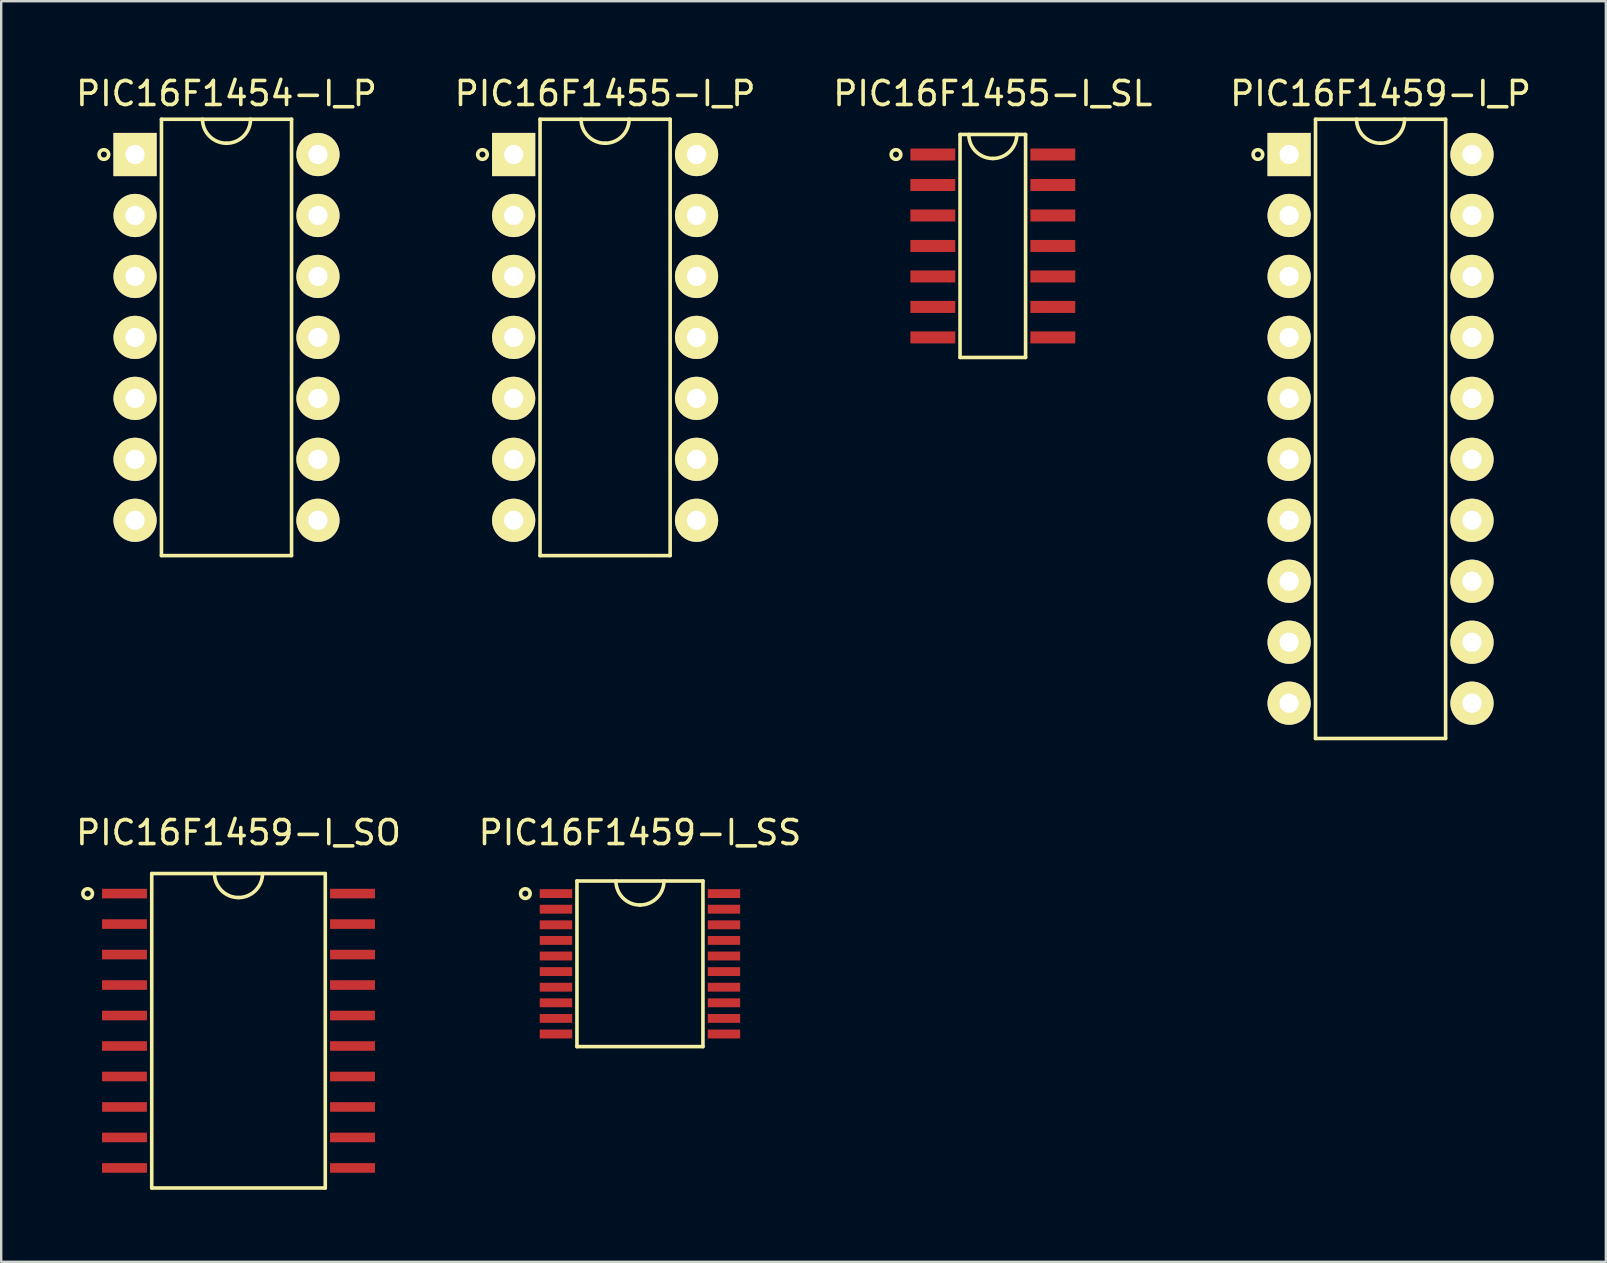
<source format=kicad_pcb>
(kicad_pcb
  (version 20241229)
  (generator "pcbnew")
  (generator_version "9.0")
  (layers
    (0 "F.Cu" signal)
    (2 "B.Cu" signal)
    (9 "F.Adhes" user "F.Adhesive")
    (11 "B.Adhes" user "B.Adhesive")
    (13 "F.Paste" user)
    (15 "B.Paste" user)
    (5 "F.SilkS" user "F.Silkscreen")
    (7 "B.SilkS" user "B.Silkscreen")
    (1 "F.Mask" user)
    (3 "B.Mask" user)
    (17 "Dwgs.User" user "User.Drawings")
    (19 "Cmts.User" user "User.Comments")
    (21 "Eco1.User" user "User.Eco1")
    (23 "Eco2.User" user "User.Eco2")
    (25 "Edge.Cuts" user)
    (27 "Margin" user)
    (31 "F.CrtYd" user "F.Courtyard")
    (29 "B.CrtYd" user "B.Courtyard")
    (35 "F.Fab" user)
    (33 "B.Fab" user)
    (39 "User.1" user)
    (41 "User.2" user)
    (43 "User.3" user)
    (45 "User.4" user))
  (footprint "PIC16F1459-I_SS"
    (layer "F.Cu")
    (at 20.113 34.181)
    (property "Reference" "PIC16F1459-I_SS" (at 3.5 -2.54 0) (layer "F.SilkS") (effects (font (size 1 1) (thickness 0.15))))
    (attr through_hole)
    (fp_line (start 0.875 -0.525) (end 6.125 -0.525) (stroke (width 0.15) (type solid)) (layer "F.SilkS"))
    (fp_line (start 0.875 6.375) (end 0.875 -0.525) (stroke (width 0.15) (type solid)) (layer "F.SilkS"))
    (fp_line (start 6.125 -0.525) (end 6.125 6.375) (stroke (width 0.15) (type solid)) (layer "F.SilkS"))
    (fp_line (start 6.125 6.375) (end 0.875 6.375) (stroke (width 0.15) (type solid)) (layer "F.SilkS"))
    (fp_arc (start 3.5 0.475) (mid 2.792893 0.182107) (end 2.5 -0.525) (stroke (width 0.15) (type solid)) (layer "F.SilkS"))
    (fp_arc (start 4.5 -0.525) (mid 4.207107 0.182107) (end 3.5 0.475) (stroke (width 0.15) (type solid)) (layer "F.SilkS"))
    (fp_circle (center -1.275 0) (end -1.275 0.2) (stroke (width 0.15) (type solid)) (fill no) (layer "F.SilkS"))
    (pad "1" smd rect (at 0 0) (size 1.35 0.37) (layers "F.Cu" "F.Mask" "F.Paste"))
    (pad "2" smd rect (at 0 0.65) (size 1.35 0.37) (layers "F.Cu" "F.Mask" "F.Paste"))
    (pad "3" smd rect (at 0 1.3) (size 1.35 0.37) (layers "F.Cu" "F.Mask" "F.Paste"))
    (pad "4" smd rect (at 0 1.95) (size 1.35 0.37) (layers "F.Cu" "F.Mask" "F.Paste"))
    (pad "5" smd rect (at 0 2.6) (size 1.35 0.37) (layers "F.Cu" "F.Mask" "F.Paste"))
    (pad "6" smd rect (at 0 3.25) (size 1.35 0.37) (layers "F.Cu" "F.Mask" "F.Paste"))
    (pad "7" smd rect (at 0 3.9) (size 1.35 0.37) (layers "F.Cu" "F.Mask" "F.Paste"))
    (pad "8" smd rect (at 0 4.55) (size 1.35 0.37) (layers "F.Cu" "F.Mask" "F.Paste"))
    (pad "9" smd rect (at 0 5.2) (size 1.35 0.37) (layers "F.Cu" "F.Mask" "F.Paste"))
    (pad "10" smd rect (at 0 5.85) (size 1.35 0.37) (layers "F.Cu" "F.Mask" "F.Paste"))
    (pad "11" smd rect (at 7 5.85) (size 1.35 0.37) (layers "F.Cu" "F.Mask" "F.Paste"))
    (pad "12" smd rect (at 7 5.2) (size 1.35 0.37) (layers "F.Cu" "F.Mask" "F.Paste"))
    (pad "13" smd rect (at 7 4.55) (size 1.35 0.37) (layers "F.Cu" "F.Mask" "F.Paste"))
    (pad "14" smd rect (at 7 3.9) (size 1.35 0.37) (layers "F.Cu" "F.Mask" "F.Paste"))
    (pad "15" smd rect (at 7 3.25) (size 1.35 0.37) (layers "F.Cu" "F.Mask" "F.Paste"))
    (pad "16" smd rect (at 7 2.6) (size 1.35 0.37) (layers "F.Cu" "F.Mask" "F.Paste"))
    (pad "17" smd rect (at 7 1.95) (size 1.35 0.37) (layers "F.Cu" "F.Mask" "F.Paste"))
    (pad "18" smd rect (at 7 1.3) (size 1.35 0.37) (layers "F.Cu" "F.Mask" "F.Paste"))
    (pad "19" smd rect (at 7 0.65) (size 1.35 0.37) (layers "F.Cu" "F.Mask" "F.Paste"))
    (pad "20" smd rect (at 7 0) (size 1.35 0.37) (layers "F.Cu" "F.Mask" "F.Paste")))
  (footprint "PIC16F1459-I_P"
    (layer "F.Cu")
    (at 50.66 3.388)
    (property "Reference" "PIC16F1459-I_P" (at 3.81 -2.54 0) (layer "F.SilkS") (effects (font (size 1 1) (thickness 0.15))))
    (attr through_hole)
    (fp_line (start 1.1 -1.47) (end 6.52 -1.47) (stroke (width 0.15) (type solid)) (layer "F.SilkS"))
    (fp_line (start 1.1 24.33) (end 1.1 -1.47) (stroke (width 0.15) (type solid)) (layer "F.SilkS"))
    (fp_line (start 6.52 -1.47) (end 6.52 24.33) (stroke (width 0.15) (type solid)) (layer "F.SilkS"))
    (fp_line (start 6.52 24.33) (end 1.1 24.33) (stroke (width 0.15) (type solid)) (layer "F.SilkS"))
    (fp_arc (start 3.81 -0.47) (mid 3.102893 -0.762893) (end 2.81 -1.47) (stroke (width 0.15) (type solid)) (layer "F.SilkS"))
    (fp_arc (start 4.81 -1.47) (mid 4.517107 -0.762893) (end 3.81 -0.47) (stroke (width 0.15) (type solid)) (layer "F.SilkS"))
    (fp_circle (center -1.3 0) (end -1.3 0.2) (stroke (width 0.15) (type solid)) (fill no) (layer "F.SilkS"))
    (pad "1" thru_hole rect (at 0 0) (size 1.8 1.8) (drill 0.8) (layers "*.Cu" "*.Mask" "F.SilkS"))
    (pad "2" thru_hole circle (at 0 2.54) (size 1.8 1.8) (drill 0.8) (layers "*.Cu" "*.Mask" "F.SilkS"))
    (pad "3" thru_hole circle (at 0 5.08) (size 1.8 1.8) (drill 0.8) (layers "*.Cu" "*.Mask" "F.SilkS"))
    (pad "4" thru_hole circle (at 0 7.62) (size 1.8 1.8) (drill 0.8) (layers "*.Cu" "*.Mask" "F.SilkS"))
    (pad "5" thru_hole circle (at 0 10.16) (size 1.8 1.8) (drill 0.8) (layers "*.Cu" "*.Mask" "F.SilkS"))
    (pad "6" thru_hole circle (at 0 12.7) (size 1.8 1.8) (drill 0.8) (layers "*.Cu" "*.Mask" "F.SilkS"))
    (pad "7" thru_hole circle (at 0 15.24) (size 1.8 1.8) (drill 0.8) (layers "*.Cu" "*.Mask" "F.SilkS"))
    (pad "8" thru_hole circle (at 0 17.78) (size 1.8 1.8) (drill 0.8) (layers "*.Cu" "*.Mask" "F.SilkS"))
    (pad "9" thru_hole circle (at 0 20.32) (size 1.8 1.8) (drill 0.8) (layers "*.Cu" "*.Mask" "F.SilkS"))
    (pad "10" thru_hole circle (at 0 22.86) (size 1.8 1.8) (drill 0.8) (layers "*.Cu" "*.Mask" "F.SilkS"))
    (pad "11" thru_hole circle (at 7.62 22.86) (size 1.8 1.8) (drill 0.8) (layers "*.Cu" "*.Mask" "F.SilkS"))
    (pad "12" thru_hole circle (at 7.62 20.32) (size 1.8 1.8) (drill 0.8) (layers "*.Cu" "*.Mask" "F.SilkS"))
    (pad "13" thru_hole circle (at 7.62 17.78) (size 1.8 1.8) (drill 0.8) (layers "*.Cu" "*.Mask" "F.SilkS"))
    (pad "14" thru_hole circle (at 7.62 15.24) (size 1.8 1.8) (drill 0.8) (layers "*.Cu" "*.Mask" "F.SilkS"))
    (pad "15" thru_hole circle (at 7.62 12.7) (size 1.8 1.8) (drill 0.8) (layers "*.Cu" "*.Mask" "F.SilkS"))
    (pad "16" thru_hole circle (at 7.62 10.16) (size 1.8 1.8) (drill 0.8) (layers "*.Cu" "*.Mask" "F.SilkS"))
    (pad "17" thru_hole circle (at 7.62 7.62) (size 1.8 1.8) (drill 0.8) (layers "*.Cu" "*.Mask" "F.SilkS"))
    (pad "18" thru_hole circle (at 7.62 5.08) (size 1.8 1.8) (drill 0.8) (layers "*.Cu" "*.Mask" "F.SilkS"))
    (pad "19" thru_hole circle (at 7.62 2.54) (size 1.8 1.8) (drill 0.8) (layers "*.Cu" "*.Mask" "F.SilkS"))
    (pad "20" thru_hole circle (at 7.62 0) (size 1.8 1.8) (drill 0.8) (layers "*.Cu" "*.Mask" "F.SilkS")))
  (footprint "PIC16F1454-I_P"
    (layer "F.Cu")
    (at 2.577 3.388)
    (property "Reference" "PIC16F1454-I_P" (at 3.81 -2.54 0) (layer "F.SilkS") (effects (font (size 1 1) (thickness 0.15))))
    (attr through_hole)
    (fp_line (start 1.1 -1.47) (end 6.52 -1.47) (stroke (width 0.15) (type solid)) (layer "F.SilkS"))
    (fp_line (start 1.1 16.71) (end 1.1 -1.47) (stroke (width 0.15) (type solid)) (layer "F.SilkS"))
    (fp_line (start 6.52 -1.47) (end 6.52 16.71) (stroke (width 0.15) (type solid)) (layer "F.SilkS"))
    (fp_line (start 6.52 16.71) (end 1.1 16.71) (stroke (width 0.15) (type solid)) (layer "F.SilkS"))
    (fp_arc (start 3.81 -0.47) (mid 3.102893 -0.762893) (end 2.81 -1.47) (stroke (width 0.15) (type solid)) (layer "F.SilkS"))
    (fp_arc (start 4.81 -1.47) (mid 4.517107 -0.762893) (end 3.81 -0.47) (stroke (width 0.15) (type solid)) (layer "F.SilkS"))
    (fp_circle (center -1.3 0) (end -1.3 0.2) (stroke (width 0.15) (type solid)) (fill no) (layer "F.SilkS"))
    (pad "1" thru_hole rect (at 0 0) (size 1.8 1.8) (drill 0.8) (layers "*.Cu" "*.Mask" "F.SilkS"))
    (pad "2" thru_hole circle (at 0 2.54) (size 1.8 1.8) (drill 0.8) (layers "*.Cu" "*.Mask" "F.SilkS"))
    (pad "3" thru_hole circle (at 0 5.08) (size 1.8 1.8) (drill 0.8) (layers "*.Cu" "*.Mask" "F.SilkS"))
    (pad "4" thru_hole circle (at 0 7.62) (size 1.8 1.8) (drill 0.8) (layers "*.Cu" "*.Mask" "F.SilkS"))
    (pad "5" thru_hole circle (at 0 10.16) (size 1.8 1.8) (drill 0.8) (layers "*.Cu" "*.Mask" "F.SilkS"))
    (pad "6" thru_hole circle (at 0 12.7) (size 1.8 1.8) (drill 0.8) (layers "*.Cu" "*.Mask" "F.SilkS"))
    (pad "7" thru_hole circle (at 0 15.24) (size 1.8 1.8) (drill 0.8) (layers "*.Cu" "*.Mask" "F.SilkS"))
    (pad "8" thru_hole circle (at 7.62 15.24) (size 1.8 1.8) (drill 0.8) (layers "*.Cu" "*.Mask" "F.SilkS"))
    (pad "9" thru_hole circle (at 7.62 12.7) (size 1.8 1.8) (drill 0.8) (layers "*.Cu" "*.Mask" "F.SilkS"))
    (pad "10" thru_hole circle (at 7.62 10.16) (size 1.8 1.8) (drill 0.8) (layers "*.Cu" "*.Mask" "F.SilkS"))
    (pad "11" thru_hole circle (at 7.62 7.62) (size 1.8 1.8) (drill 0.8) (layers "*.Cu" "*.Mask" "F.SilkS"))
    (pad "12" thru_hole circle (at 7.62 5.08) (size 1.8 1.8) (drill 0.8) (layers "*.Cu" "*.Mask" "F.SilkS"))
    (pad "13" thru_hole circle (at 7.62 2.54) (size 1.8 1.8) (drill 0.8) (layers "*.Cu" "*.Mask" "F.SilkS"))
    (pad "14" thru_hole circle (at 7.62 0) (size 1.8 1.8) (drill 0.8) (layers "*.Cu" "*.Mask" "F.SilkS")))
  (footprint "PIC16F1455-I_SL"
    (layer "F.Cu")
    (at 35.815 3.388)
    (property "Reference" "PIC16F1455-I_SL" (at 2.5 -2.54 0) (layer "F.SilkS") (effects (font (size 1 1) (thickness 0.15))))
    (attr through_hole)
    (fp_line (start 1.135 -0.835) (end 3.865 -0.835) (stroke (width 0.15) (type solid)) (layer "F.SilkS"))
    (fp_line (start 1.135 8.455) (end 1.135 -0.835) (stroke (width 0.15) (type solid)) (layer "F.SilkS"))
    (fp_line (start 3.865 -0.835) (end 3.865 8.455) (stroke (width 0.15) (type solid)) (layer "F.SilkS"))
    (fp_line (start 3.865 8.455) (end 1.135 8.455) (stroke (width 0.15) (type solid)) (layer "F.SilkS"))
    (fp_arc (start 2.5 0.165) (mid 1.792893 -0.127893) (end 1.5 -0.835) (stroke (width 0.15) (type solid)) (layer "F.SilkS"))
    (fp_arc (start 3.5 -0.835) (mid 3.207107 -0.127893) (end 2.5 0.165) (stroke (width 0.15) (type solid)) (layer "F.SilkS"))
    (fp_circle (center -1.535 0) (end -1.535 0.2) (stroke (width 0.15) (type solid)) (fill no) (layer "F.SilkS"))
    (pad "1" smd rect (at 0 0) (size 1.87 0.5) (layers "F.Cu" "F.Mask" "F.Paste"))
    (pad "2" smd rect (at 0 1.27) (size 1.87 0.5) (layers "F.Cu" "F.Mask" "F.Paste"))
    (pad "3" smd rect (at 0 2.54) (size 1.87 0.5) (layers "F.Cu" "F.Mask" "F.Paste"))
    (pad "4" smd rect (at 0 3.81) (size 1.87 0.5) (layers "F.Cu" "F.Mask" "F.Paste"))
    (pad "5" smd rect (at 0 5.08) (size 1.87 0.5) (layers "F.Cu" "F.Mask" "F.Paste"))
    (pad "6" smd rect (at 0 6.35) (size 1.87 0.5) (layers "F.Cu" "F.Mask" "F.Paste"))
    (pad "7" smd rect (at 0 7.62) (size 1.87 0.5) (layers "F.Cu" "F.Mask" "F.Paste"))
    (pad "8" smd rect (at 5 7.62) (size 1.87 0.5) (layers "F.Cu" "F.Mask" "F.Paste"))
    (pad "9" smd rect (at 5 6.35) (size 1.87 0.5) (layers "F.Cu" "F.Mask" "F.Paste"))
    (pad "10" smd rect (at 5 5.08) (size 1.87 0.5) (layers "F.Cu" "F.Mask" "F.Paste"))
    (pad "11" smd rect (at 5 3.81) (size 1.87 0.5) (layers "F.Cu" "F.Mask" "F.Paste"))
    (pad "12" smd rect (at 5 2.54) (size 1.87 0.5) (layers "F.Cu" "F.Mask" "F.Paste"))
    (pad "13" smd rect (at 5 1.27) (size 1.87 0.5) (layers "F.Cu" "F.Mask" "F.Paste"))
    (pad "14" smd rect (at 5 0) (size 1.87 0.5) (layers "F.Cu" "F.Mask" "F.Paste")))
  (footprint "PIC16F1459-I_SO"
    (layer "F.Cu")
    (at 2.137 34.181)
    (property "Reference" "PIC16F1459-I_SO" (at 4.75 -2.54 0) (layer "F.SilkS") (effects (font (size 1 1) (thickness 0.15))))
    (attr through_hole)
    (fp_line (start 1.135 -0.835) (end 8.365 -0.835) (stroke (width 0.15) (type solid)) (layer "F.SilkS"))
    (fp_line (start 1.135 12.265) (end 1.135 -0.835) (stroke (width 0.15) (type solid)) (layer "F.SilkS"))
    (fp_line (start 8.365 -0.835) (end 8.365 12.265) (stroke (width 0.15) (type solid)) (layer "F.SilkS"))
    (fp_line (start 8.365 12.265) (end 1.135 12.265) (stroke (width 0.15) (type solid)) (layer "F.SilkS"))
    (fp_arc (start 4.75 0.165) (mid 4.042893 -0.127893) (end 3.75 -0.835) (stroke (width 0.15) (type solid)) (layer "F.SilkS"))
    (fp_arc (start 5.75 -0.835) (mid 5.457107 -0.127893) (end 4.75 0.165) (stroke (width 0.15) (type solid)) (layer "F.SilkS"))
    (fp_circle (center -1.535 0) (end -1.535 0.2) (stroke (width 0.15) (type solid)) (fill no) (layer "F.SilkS"))
    (pad "1" smd rect (at 0 0) (size 1.87 0.4) (layers "F.Cu" "F.Mask" "F.Paste"))
    (pad "2" smd rect (at 0 1.27) (size 1.87 0.4) (layers "F.Cu" "F.Mask" "F.Paste"))
    (pad "3" smd rect (at 0 2.54) (size 1.87 0.4) (layers "F.Cu" "F.Mask" "F.Paste"))
    (pad "4" smd rect (at 0 3.81) (size 1.87 0.4) (layers "F.Cu" "F.Mask" "F.Paste"))
    (pad "5" smd rect (at 0 5.08) (size 1.87 0.4) (layers "F.Cu" "F.Mask" "F.Paste"))
    (pad "6" smd rect (at 0 6.35) (size 1.87 0.4) (layers "F.Cu" "F.Mask" "F.Paste"))
    (pad "7" smd rect (at 0 7.62) (size 1.87 0.4) (layers "F.Cu" "F.Mask" "F.Paste"))
    (pad "8" smd rect (at 0 8.89) (size 1.87 0.4) (layers "F.Cu" "F.Mask" "F.Paste"))
    (pad "9" smd rect (at 0 10.16) (size 1.87 0.4) (layers "F.Cu" "F.Mask" "F.Paste"))
    (pad "10" smd rect (at 0 11.43) (size 1.87 0.4) (layers "F.Cu" "F.Mask" "F.Paste"))
    (pad "11" smd rect (at 9.5 11.43) (size 1.87 0.4) (layers "F.Cu" "F.Mask" "F.Paste"))
    (pad "12" smd rect (at 9.5 10.16) (size 1.87 0.4) (layers "F.Cu" "F.Mask" "F.Paste"))
    (pad "13" smd rect (at 9.5 8.89) (size 1.87 0.4) (layers "F.Cu" "F.Mask" "F.Paste"))
    (pad "14" smd rect (at 9.5 7.62) (size 1.87 0.4) (layers "F.Cu" "F.Mask" "F.Paste"))
    (pad "15" smd rect (at 9.5 6.35) (size 1.87 0.4) (layers "F.Cu" "F.Mask" "F.Paste"))
    (pad "16" smd rect (at 9.5 5.08) (size 1.87 0.4) (layers "F.Cu" "F.Mask" "F.Paste"))
    (pad "17" smd rect (at 9.5 3.81) (size 1.87 0.4) (layers "F.Cu" "F.Mask" "F.Paste"))
    (pad "18" smd rect (at 9.5 2.54) (size 1.87 0.4) (layers "F.Cu" "F.Mask" "F.Paste"))
    (pad "19" smd rect (at 9.5 1.27) (size 1.87 0.4) (layers "F.Cu" "F.Mask" "F.Paste"))
    (pad "20" smd rect (at 9.5 0) (size 1.87 0.4) (layers "F.Cu" "F.Mask" "F.Paste")))
  (footprint "PIC16F1455-I_P"
    (layer "F.Cu")
    (at 18.351 3.388)
    (property "Reference" "PIC16F1455-I_P" (at 3.81 -2.54 0) (layer "F.SilkS") (effects (font (size 1 1) (thickness 0.15))))
    (attr through_hole)
    (fp_line (start 1.1 -1.47) (end 6.52 -1.47) (stroke (width 0.15) (type solid)) (layer "F.SilkS"))
    (fp_line (start 1.1 16.71) (end 1.1 -1.47) (stroke (width 0.15) (type solid)) (layer "F.SilkS"))
    (fp_line (start 6.52 -1.47) (end 6.52 16.71) (stroke (width 0.15) (type solid)) (layer "F.SilkS"))
    (fp_line (start 6.52 16.71) (end 1.1 16.71) (stroke (width 0.15) (type solid)) (layer "F.SilkS"))
    (fp_arc (start 3.81 -0.47) (mid 3.102893 -0.762893) (end 2.81 -1.47) (stroke (width 0.15) (type solid)) (layer "F.SilkS"))
    (fp_arc (start 4.81 -1.47) (mid 4.517107 -0.762893) (end 3.81 -0.47) (stroke (width 0.15) (type solid)) (layer "F.SilkS"))
    (fp_circle (center -1.3 0) (end -1.3 0.2) (stroke (width 0.15) (type solid)) (fill no) (layer "F.SilkS"))
    (pad "1" thru_hole rect (at 0 0) (size 1.8 1.8) (drill 0.8) (layers "*.Cu" "*.Mask" "F.SilkS"))
    (pad "2" thru_hole circle (at 0 2.54) (size 1.8 1.8) (drill 0.8) (layers "*.Cu" "*.Mask" "F.SilkS"))
    (pad "3" thru_hole circle (at 0 5.08) (size 1.8 1.8) (drill 0.8) (layers "*.Cu" "*.Mask" "F.SilkS"))
    (pad "4" thru_hole circle (at 0 7.62) (size 1.8 1.8) (drill 0.8) (layers "*.Cu" "*.Mask" "F.SilkS"))
    (pad "5" thru_hole circle (at 0 10.16) (size 1.8 1.8) (drill 0.8) (layers "*.Cu" "*.Mask" "F.SilkS"))
    (pad "6" thru_hole circle (at 0 12.7) (size 1.8 1.8) (drill 0.8) (layers "*.Cu" "*.Mask" "F.SilkS"))
    (pad "7" thru_hole circle (at 0 15.24) (size 1.8 1.8) (drill 0.8) (layers "*.Cu" "*.Mask" "F.SilkS"))
    (pad "8" thru_hole circle (at 7.62 15.24) (size 1.8 1.8) (drill 0.8) (layers "*.Cu" "*.Mask" "F.SilkS"))
    (pad "9" thru_hole circle (at 7.62 12.7) (size 1.8 1.8) (drill 0.8) (layers "*.Cu" "*.Mask" "F.SilkS"))
    (pad "10" thru_hole circle (at 7.62 10.16) (size 1.8 1.8) (drill 0.8) (layers "*.Cu" "*.Mask" "F.SilkS"))
    (pad "11" thru_hole circle (at 7.62 7.62) (size 1.8 1.8) (drill 0.8) (layers "*.Cu" "*.Mask" "F.SilkS"))
    (pad "12" thru_hole circle (at 7.62 5.08) (size 1.8 1.8) (drill 0.8) (layers "*.Cu" "*.Mask" "F.SilkS"))
    (pad "13" thru_hole circle (at 7.62 2.54) (size 1.8 1.8) (drill 0.8) (layers "*.Cu" "*.Mask" "F.SilkS"))
    (pad "14" thru_hole circle (at 7.62 0) (size 1.8 1.8) (drill 0.8) (layers "*.Cu" "*.Mask" "F.SilkS")))
  (gr_rect
    (start -3 -3)
    (end 63.857 49.522)
    (stroke (width 0.1) (type default))
    (fill no)
    (layer "Edge.Cuts")))
</source>
